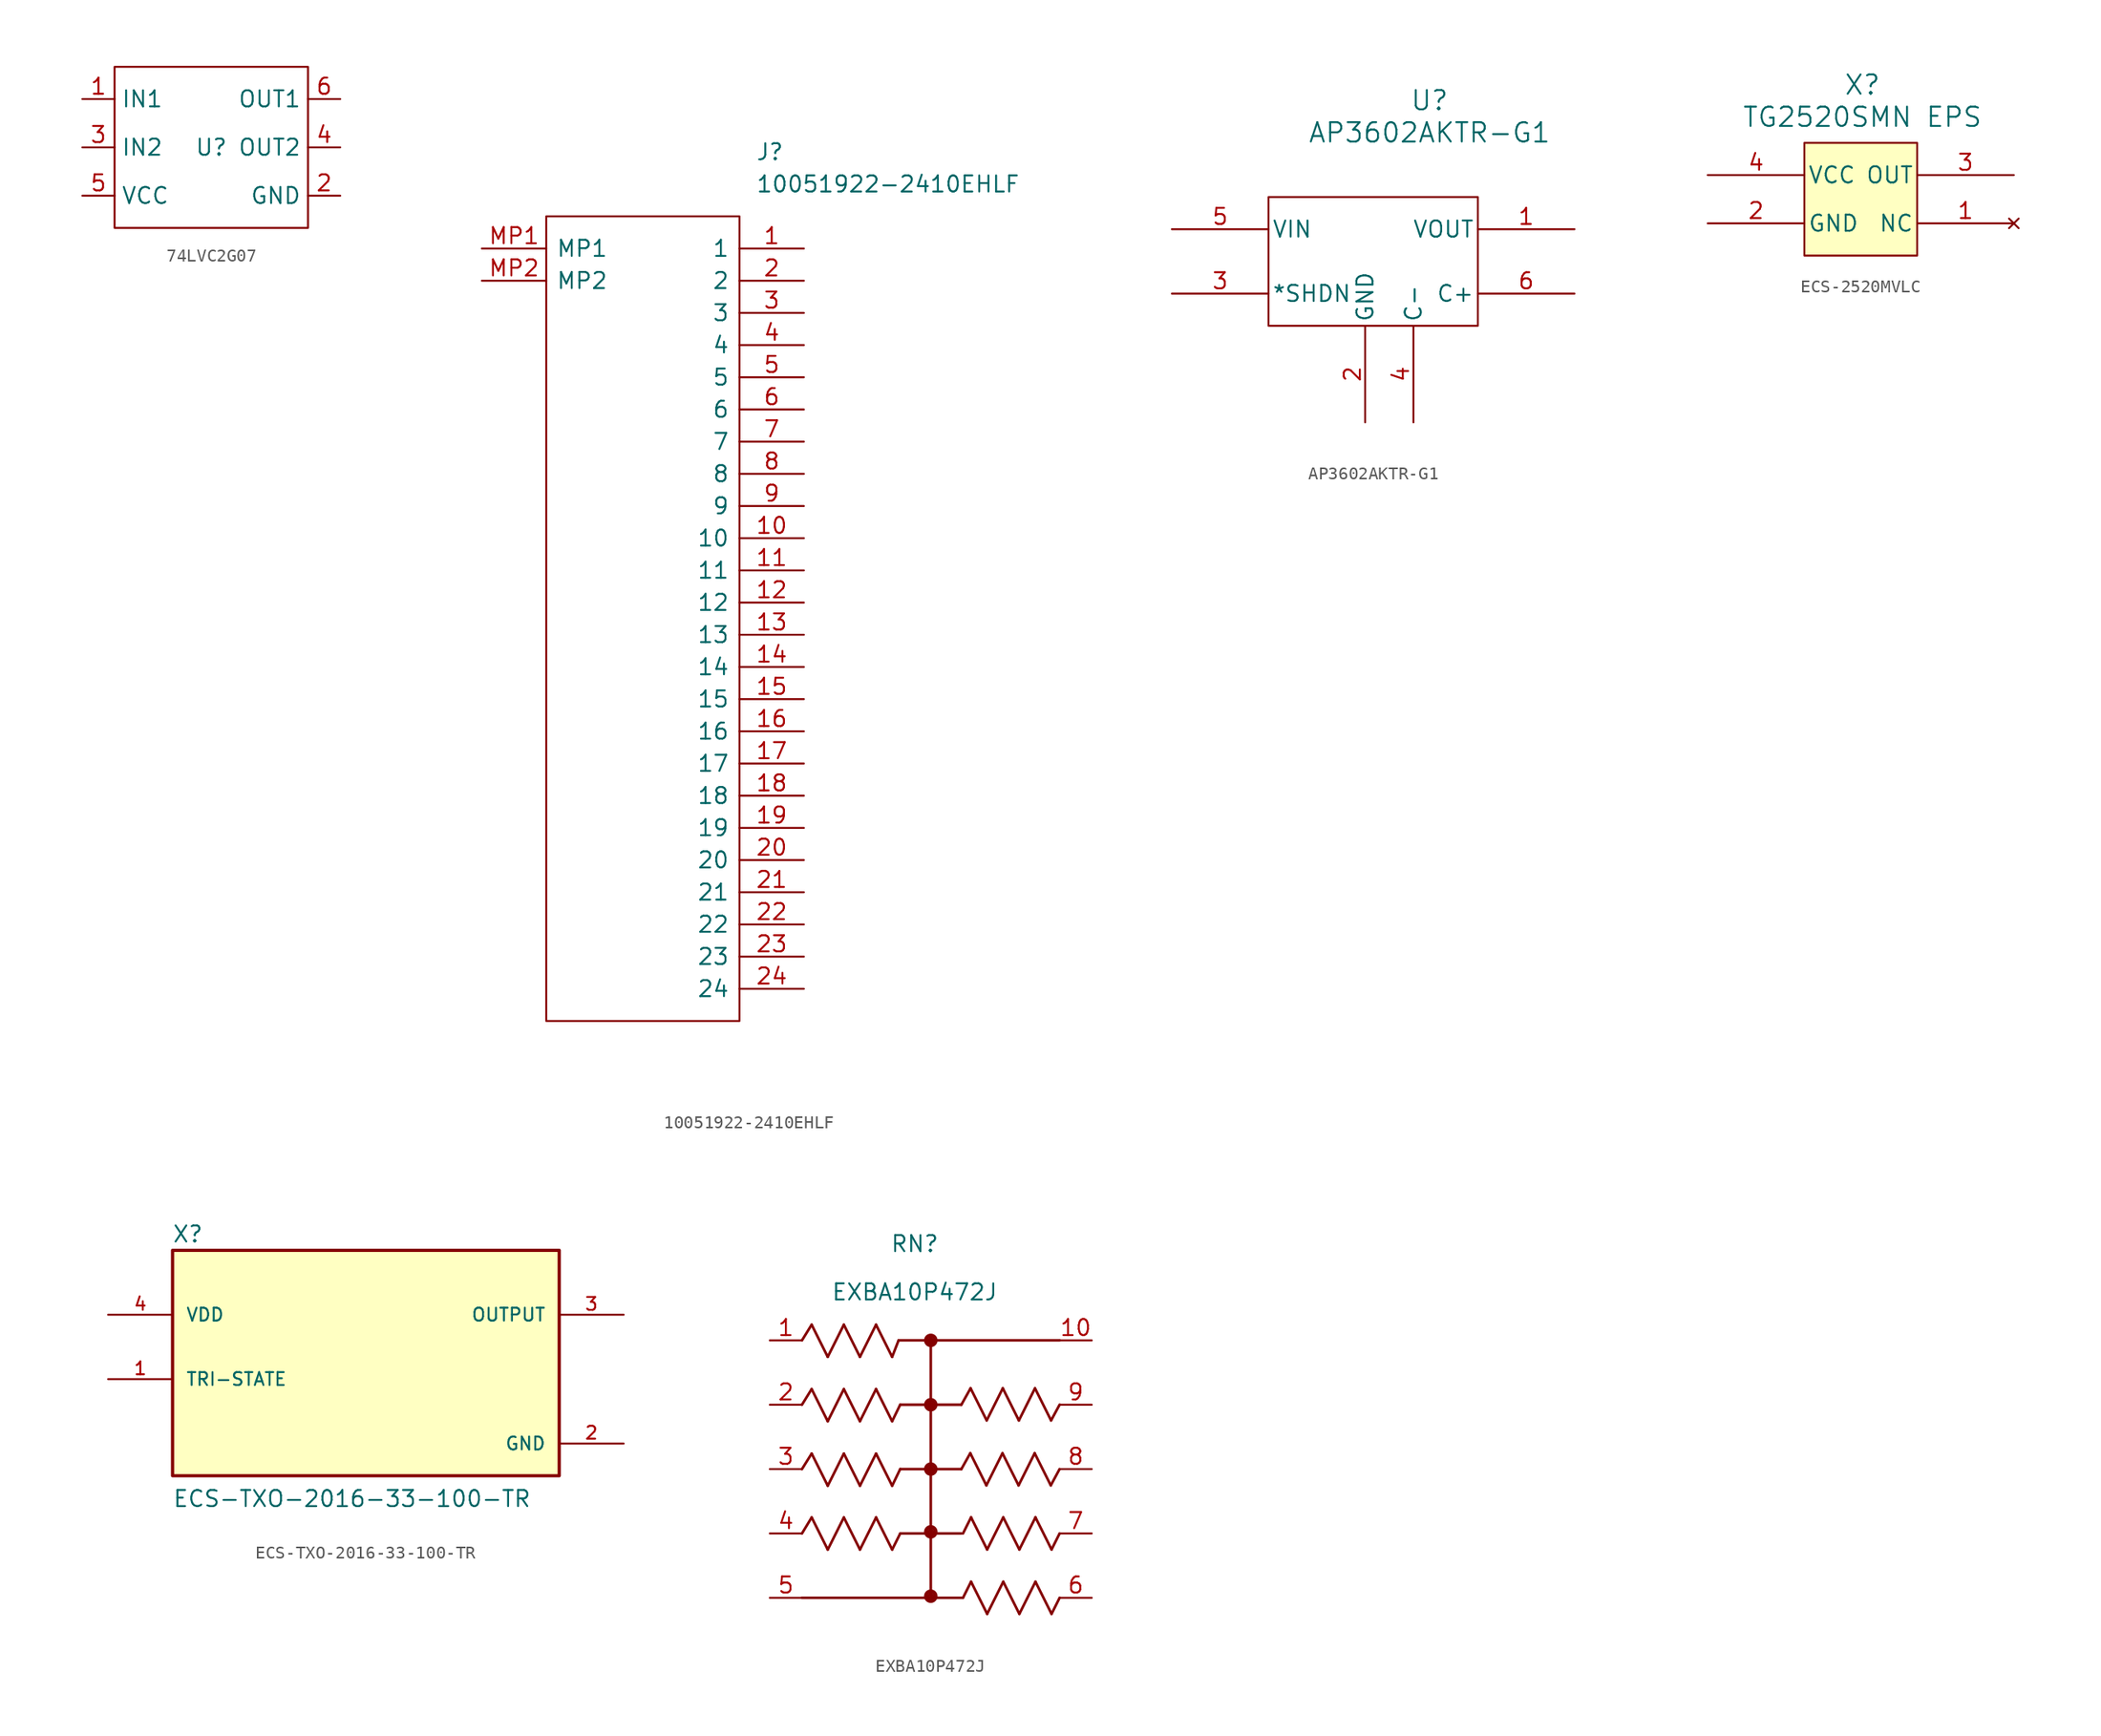
<source format=kicad_sym>
(kicad_symbol_lib
  (version 20241209)
  (generator "kicad_symbol_editor")
  (generator_version "9.0")
  (symbol "74LVC2G07"
    (property "Reference" "U"
      (at 0 0 0)
      (effects (font (size 1.27 1.27))))
    (property "Value" ""
      (at 0 0 0)
      (effects (font (size 1.27 1.27))))
    (symbol "74LVC2G07_0_1"
      (rectangle (start -7.62 6.35) (end 7.62 -6.35) (stroke (width 0) (type default)) (fill (type none))))
    (symbol "74LVC2G07_1_1"
      (pin input line (at -10.16 3.81 0) (length 2.54) (name "IN1" (effects (font (size 1.27 1.27)))) (number "1" (effects (font (size 1.27 1.27)))))
      (pin input line (at -10.16 0 0) (length 2.54) (name "IN2" (effects (font (size 1.27 1.27)))) (number "3" (effects (font (size 1.27 1.27)))))
      (pin power_in line (at -10.16 -3.81 0) (length 2.54) (name "VCC" (effects (font (size 1.27 1.27)))) (number "5" (effects (font (size 1.27 1.27)))))
      (pin open_collector line (at 10.16 3.81 180) (length 2.54) (name "OUT1" (effects (font (size 1.27 1.27)))) (number "6" (effects (font (size 1.27 1.27)))))
      (pin open_collector line (at 10.16 0 180) (length 2.54) (name "OUT2" (effects (font (size 1.27 1.27)))) (number "4" (effects (font (size 1.27 1.27)))))
      (pin power_in line (at 10.16 -3.81 180) (length 2.54) (name "GND" (effects (font (size 1.27 1.27)))) (number "2" (effects (font (size 1.27 1.27)))))))
  (symbol "10051922-2410EHLF"
    (pin_names
      (offset 0.762))
    (property "Reference" "J"
      (at 21.59 7.62 0)
      (effects (font (size 1.27 1.27)) (justify left)))
    (property "Value" "10051922-2410EHLF"
      (at 21.59 5.08 0)
      (effects (font (size 1.27 1.27)) (justify left)))
    (symbol "10051922-2410EHLF_0_0"
      (pin passive line (at 0 0 0) (length 5.08) (name "MP1" (effects (font (size 1.27 1.27)))) (number "MP1" (effects (font (size 1.27 1.27)))))
      (pin passive line (at 0 -2.54 0) (length 5.08) (name "MP2" (effects (font (size 1.27 1.27)))) (number "MP2" (effects (font (size 1.27 1.27)))))
      (pin passive line (at 25.4 0 180) (length 5.08) (name "1" (effects (font (size 1.27 1.27)))) (number "1" (effects (font (size 1.27 1.27)))))
      (pin passive line (at 25.4 -2.54 180) (length 5.08) (name "2" (effects (font (size 1.27 1.27)))) (number "2" (effects (font (size 1.27 1.27)))))
      (pin passive line (at 25.4 -5.08 180) (length 5.08) (name "3" (effects (font (size 1.27 1.27)))) (number "3" (effects (font (size 1.27 1.27)))))
      (pin passive line (at 25.4 -7.62 180) (length 5.08) (name "4" (effects (font (size 1.27 1.27)))) (number "4" (effects (font (size 1.27 1.27)))))
      (pin passive line (at 25.4 -10.16 180) (length 5.08) (name "5" (effects (font (size 1.27 1.27)))) (number "5" (effects (font (size 1.27 1.27)))))
      (pin passive line (at 25.4 -12.7 180) (length 5.08) (name "6" (effects (font (size 1.27 1.27)))) (number "6" (effects (font (size 1.27 1.27)))))
      (pin passive line (at 25.4 -15.24 180) (length 5.08) (name "7" (effects (font (size 1.27 1.27)))) (number "7" (effects (font (size 1.27 1.27)))))
      (pin passive line (at 25.4 -17.78 180) (length 5.08) (name "8" (effects (font (size 1.27 1.27)))) (number "8" (effects (font (size 1.27 1.27)))))
      (pin passive line (at 25.4 -20.32 180) (length 5.08) (name "9" (effects (font (size 1.27 1.27)))) (number "9" (effects (font (size 1.27 1.27)))))
      (pin passive line (at 25.4 -22.86 180) (length 5.08) (name "10" (effects (font (size 1.27 1.27)))) (number "10" (effects (font (size 1.27 1.27)))))
      (pin passive line (at 25.4 -25.4 180) (length 5.08) (name "11" (effects (font (size 1.27 1.27)))) (number "11" (effects (font (size 1.27 1.27)))))
      (pin passive line (at 25.4 -27.94 180) (length 5.08) (name "12" (effects (font (size 1.27 1.27)))) (number "12" (effects (font (size 1.27 1.27)))))
      (pin passive line (at 25.4 -30.48 180) (length 5.08) (name "13" (effects (font (size 1.27 1.27)))) (number "13" (effects (font (size 1.27 1.27)))))
      (pin passive line (at 25.4 -33.02 180) (length 5.08) (name "14" (effects (font (size 1.27 1.27)))) (number "14" (effects (font (size 1.27 1.27)))))
      (pin passive line (at 25.4 -35.56 180) (length 5.08) (name "15" (effects (font (size 1.27 1.27)))) (number "15" (effects (font (size 1.27 1.27)))))
      (pin passive line (at 25.4 -38.1 180) (length 5.08) (name "16" (effects (font (size 1.27 1.27)))) (number "16" (effects (font (size 1.27 1.27)))))
      (pin passive line (at 25.4 -40.64 180) (length 5.08) (name "17" (effects (font (size 1.27 1.27)))) (number "17" (effects (font (size 1.27 1.27)))))
      (pin passive line (at 25.4 -43.18 180) (length 5.08) (name "18" (effects (font (size 1.27 1.27)))) (number "18" (effects (font (size 1.27 1.27)))))
      (pin passive line (at 25.4 -45.72 180) (length 5.08) (name "19" (effects (font (size 1.27 1.27)))) (number "19" (effects (font (size 1.27 1.27)))))
      (pin passive line (at 25.4 -48.26 180) (length 5.08) (name "20" (effects (font (size 1.27 1.27)))) (number "20" (effects (font (size 1.27 1.27)))))
      (pin passive line (at 25.4 -50.8 180) (length 5.08) (name "21" (effects (font (size 1.27 1.27)))) (number "21" (effects (font (size 1.27 1.27)))))
      (pin passive line (at 25.4 -53.34 180) (length 5.08) (name "22" (effects (font (size 1.27 1.27)))) (number "22" (effects (font (size 1.27 1.27)))))
      (pin passive line (at 25.4 -55.88 180) (length 5.08) (name "23" (effects (font (size 1.27 1.27)))) (number "23" (effects (font (size 1.27 1.27)))))
      (pin passive line (at 25.4 -58.42 180) (length 5.08) (name "24" (effects (font (size 1.27 1.27)))) (number "24" (effects (font (size 1.27 1.27))))))
    (symbol "10051922-2410EHLF_0_1"
      (polyline (pts (xy 5.08 2.54) (xy 20.32 2.54) (xy 20.32 -60.96) (xy 5.08 -60.96) (xy 5.08 2.54)) (stroke (width 0.152) (type solid)) (fill (type none)))))
  (symbol "AP3602AKTR-G1"
    (pin_names
      (offset 0.254))
    (property "Reference" "U"
      (at 20.32 10.16 0)
      (effects (font (size 1.524 1.524))))
    (property "Value" "AP3602AKTR-G1"
      (at 20.32 7.62 0)
      (effects (font (size 1.524 1.524))))
    (property "ki_locked" ""
      (at 0 0 0)
      (effects (font (size 1.27 1.27))))
    (symbol "AP3602AKTR-G1_0_1"
      (pin input line (at 0 -5.08 0) (length 7.62) (name "*SHDN" (effects (font (size 1.27 1.27)))) (number "3" (effects (font (size 1.27 1.27)))))
      (pin power_in line (at 15.24 -15.24 90) (length 7.62) (name "GND" (effects (font (size 1.27 1.27)))) (number "2" (effects (font (size 1.27 1.27))))))
    (symbol "AP3602AKTR-G1_1_1"
      (rectangle (start 7.62 2.54) (end 24.13 -7.62) (stroke (width 0) (type default)) (fill (type none)))
      (pin power_in line (at 0 0 0) (length 7.62) (name "VIN" (effects (font (size 1.27 1.27)))) (number "5" (effects (font (size 1.27 1.27)))))
      (pin passive line (at 19.05 -15.24 90) (length 7.62) (name "C-" (effects (font (size 1.27 1.27)))) (number "4" (effects (font (size 1.27 1.27)))))
      (pin power_out line (at 31.75 0 180) (length 7.62) (name "VOUT" (effects (font (size 1.27 1.27)))) (number "1" (effects (font (size 1.27 1.27)))))
      (pin passive line (at 31.75 -5.08 180) (length 7.62) (name "C+" (effects (font (size 1.27 1.27)))) (number "6" (effects (font (size 1.27 1.27)))))))
  (symbol "ECS-2520MVLC"
    (pin_names
      (offset 0.254))
    (property "Reference" "X"
      (at 12.192 8.382 0)
      (effects (font (size 1.524 1.524))))
    (property "Value" "TG2520SMN EPS"
      (at 12.192 5.842 0)
      (effects (font (size 1.524 1.524))))
    (symbol "ECS-2520MVLC_1_1"
      (rectangle (start 7.62 3.81) (end 16.51 -5.08) (stroke (width 0) (type default)) (fill (type background)))
      (pin power_in line (at 0 1.27 0) (length 7.62) (name "VCC" (effects (font (size 1.27 1.27)))) (number "4" (effects (font (size 1.27 1.27)))))
      (pin power_in line (at 0 -2.54 0) (length 7.62) (name "GND" (effects (font (size 1.27 1.27)))) (number "2" (effects (font (size 1.27 1.27)))))
      (pin output line (at 24.13 1.27 180) (length 7.62) (name "OUT" (effects (font (size 1.27 1.27)))) (number "3" (effects (font (size 1.27 1.27)))))
      (pin no_connect line (at 24.13 -2.54 180) (length 7.62) (name "NC" (effects (font (size 1.27 1.27)))) (number "1" (effects (font (size 1.27 1.27)))))))
  (symbol "ECS-TXO-2016-33-100-TR"
    (pin_names
      (offset 1.016))
    (property "Reference" "X"
      (at -15.284 8.151 0)
      (effects (font (size 1.27 1.27)) (justify left bottom)))
    (property "Value" "ECS-TXO-2016-33-100-TR"
      (at -15.259 -12.716 0)
      (effects (font (size 1.27 1.27)) (justify left bottom)))
    (symbol "ECS-TXO-2016-33-100-TR_0_0"
      (rectangle (start -15.24 7.62) (end 15.24 -10.16) (stroke (width 0.254) (type default)) (fill (type background)))
      (pin input line (at -20.32 -2.54 0) (length 5.08) (name "TRI-STATE" (effects (font (size 1.016 1.016)))) (number "1" (effects (font (size 1.016 1.016)))))
      (pin output line (at 20.32 2.54 180) (length 5.08) (name "OUTPUT" (effects (font (size 1.016 1.016)))) (number "3" (effects (font (size 1.016 1.016)))))
      (pin power_in line (at 20.32 -7.62 180) (length 5.08) (name "GND" (effects (font (size 1.016 1.016)))) (number "2" (effects (font (size 1.016 1.016))))))
    (symbol "ECS-TXO-2016-33-100-TR_1_0"
      (pin power_in line (at -20.32 2.54 0) (length 5.08) (name "VDD" (effects (font (size 1.016 1.016)))) (number "4" (effects (font (size 1.016 1.016)))))))
  (symbol "EXBA10P472J"
    (pin_names
      (offset 0.254))
    (property "Reference" "RN"
      (at 11.43 7.62 0)
      (effects (font (size 1.27 1.27))))
    (property "Value" "EXBA10P472J"
      (at 11.43 3.81 0)
      (effects (font (size 1.27 1.27))))
    (property "ki_locked" ""
      (at 0 0 0)
      (effects (font (size 1.27 1.27))))
    (symbol "EXBA10P472J_0_1"
      (polyline (pts (xy 2.54 0) (xy 3.302 1.236)) (stroke (width 0.203) (type default)) (fill (type none)))
      (polyline (pts (xy 2.54 -5.08) (xy 3.302 -3.845)) (stroke (width 0.203) (type default)) (fill (type none)))
      (polyline (pts (xy 2.54 -10.16) (xy 3.304 -8.935)) (stroke (width 0.203) (type default)) (fill (type none)))
      (polyline (pts (xy 2.54 -15.24) (xy 3.304 -13.976)) (stroke (width 0.203) (type default)) (fill (type none)))
      (polyline (pts (xy 2.54 -20.32) (xy 12.7 -20.32)) (stroke (width 0.203) (type default)) (fill (type none)))
      (polyline (pts (xy 3.302 1.236) (xy 4.572 -1.304)) (stroke (width 0.203) (type default)) (fill (type none)))
      (polyline (pts (xy 3.302 -3.845) (xy 4.572 -6.385)) (stroke (width 0.203) (type default)) (fill (type none)))
      (polyline (pts (xy 3.304 -8.935) (xy 4.574 -11.475)) (stroke (width 0.203) (type default)) (fill (type none)))
      (polyline (pts (xy 3.304 -13.976) (xy 4.574 -16.515)) (stroke (width 0.203) (type default)) (fill (type none)))
      (polyline (pts (xy 4.572 -1.304) (xy 5.842 1.236)) (stroke (width 0.203) (type default)) (fill (type none)))
      (polyline (pts (xy 4.572 -6.385) (xy 5.842 -3.845)) (stroke (width 0.203) (type default)) (fill (type none)))
      (polyline (pts (xy 4.574 -11.475) (xy 5.844 -8.935)) (stroke (width 0.203) (type default)) (fill (type none)))
      (polyline (pts (xy 4.574 -16.515) (xy 5.844 -13.976)) (stroke (width 0.203) (type default)) (fill (type none)))
      (polyline (pts (xy 5.842 1.236) (xy 7.112 -1.304)) (stroke (width 0.203) (type default)) (fill (type none)))
      (polyline (pts (xy 5.842 -3.845) (xy 7.112 -6.385)) (stroke (width 0.203) (type default)) (fill (type none)))
      (polyline (pts (xy 5.844 -8.935) (xy 7.114 -11.475)) (stroke (width 0.203) (type default)) (fill (type none)))
      (polyline (pts (xy 5.844 -13.976) (xy 7.114 -16.515)) (stroke (width 0.203) (type default)) (fill (type none)))
      (polyline (pts (xy 7.112 -1.304) (xy 8.382 1.236)) (stroke (width 0.203) (type default)) (fill (type none)))
      (polyline (pts (xy 7.112 -6.385) (xy 8.382 -3.845)) (stroke (width 0.203) (type default)) (fill (type none)))
      (polyline (pts (xy 7.114 -11.475) (xy 8.384 -8.935)) (stroke (width 0.203) (type default)) (fill (type none)))
      (polyline (pts (xy 7.114 -16.515) (xy 8.384 -13.976)) (stroke (width 0.203) (type default)) (fill (type none)))
      (polyline (pts (xy 8.382 1.236) (xy 9.652 -1.304)) (stroke (width 0.203) (type default)) (fill (type none)))
      (polyline (pts (xy 8.382 -3.845) (xy 9.652 -6.385)) (stroke (width 0.203) (type default)) (fill (type none)))
      (polyline (pts (xy 8.384 -8.935) (xy 9.654 -11.475)) (stroke (width 0.203) (type default)) (fill (type none)))
      (polyline (pts (xy 8.384 -13.976) (xy 9.654 -16.515)) (stroke (width 0.203) (type default)) (fill (type none)))
      (polyline (pts (xy 9.652 -1.304) (xy 10.16 0)) (stroke (width 0.203) (type default)) (fill (type none)))
      (polyline (pts (xy 9.652 -6.385) (xy 10.287 -5.08)) (stroke (width 0.203) (type default)) (fill (type none)))
      (polyline (pts (xy 9.654 -11.475) (xy 10.287 -10.16)) (stroke (width 0.203) (type default)) (fill (type none)))
      (polyline (pts (xy 9.654 -16.515) (xy 10.289 -15.245)) (stroke (width 0.203) (type default)) (fill (type none)))
      (polyline (pts (xy 10.16 0) (xy 12.7 0)) (stroke (width 0.203) (type default)) (fill (type none)))
      (polyline (pts (xy 10.287 -5.08) (xy 15.113 -5.08)) (stroke (width 0.203) (type default)) (fill (type none)))
      (polyline (pts (xy 10.287 -10.16) (xy 15.113 -10.16)) (stroke (width 0.203) (type default)) (fill (type none)))
      (polyline (pts (xy 10.287 -15.24) (xy 15.113 -15.24)) (stroke (width 0.203) (type default)) (fill (type none)))
      (circle (center 12.691 0) (radius 0.127) (stroke (width 0.127) (type default)) (fill (type none)))
      (circle (center 12.691 -5.082) (radius 0.127) (stroke (width 0.127) (type default)) (fill (type none)))
      (circle (center 12.691 -10.162) (radius 0.127) (stroke (width 0.127) (type default)) (fill (type none)))
      (circle (center 12.691 -15.115) (radius 0.127) (stroke (width 0.127) (type default)) (fill (type none)))
      (circle (center 12.691 -20.195) (radius 0.127) (stroke (width 0.127) (type default)) (fill (type none)))
      (circle (center 12.7 -0.011) (radius 0.203) (stroke (width 0.127) (type default)) (fill (type none)))
      (circle (center 12.7 -5.091) (radius 0.203) (stroke (width 0.127) (type default)) (fill (type none)))
      (circle (center 12.7 -10.171) (radius 0.203) (stroke (width 0.127) (type default)) (fill (type none)))
      (circle (center 12.7 -15.124) (radius 0.203) (stroke (width 0.127) (type default)) (fill (type none)))
      (circle (center 12.7 -20.204) (radius 0.203) (stroke (width 0.127) (type default)) (fill (type none)))
      (polyline (pts (xy 12.7 0) (xy 12.7 -20.32)) (stroke (width 0.203) (type default)) (fill (type none)))
      (polyline (pts (xy 12.7 0) (xy 22.86 0)) (stroke (width 0.203) (type default)) (fill (type none)))
      (circle (center 12.7 0) (radius 0.381) (stroke (width 0.305) (type default)) (fill (type none)))
      (circle (center 12.7 -5.08) (radius 0.381) (stroke (width 0.305) (type default)) (fill (type none)))
      (circle (center 12.7 -10.16) (radius 0.381) (stroke (width 0.305) (type default)) (fill (type none)))
      (circle (center 12.7 -15.113) (radius 0.381) (stroke (width 0.305) (type default)) (fill (type none)))
      (circle (center 12.7 -20.193) (radius 0.381) (stroke (width 0.305) (type default)) (fill (type none)))
      (polyline (pts (xy 12.7 -20.32) (xy 15.24 -20.32)) (stroke (width 0.203) (type default)) (fill (type none)))
      (polyline (pts (xy 15.113 -5.08) (xy 15.839 -3.781)) (stroke (width 0.203) (type default)) (fill (type none)))
      (polyline (pts (xy 15.113 -10.16) (xy 15.816 -8.907)) (stroke (width 0.203) (type default)) (fill (type none)))
      (polyline (pts (xy 15.242 -15.24) (xy 15.877 -13.97)) (stroke (width 0.203) (type default)) (fill (type none)))
      (polyline (pts (xy 15.242 -20.32) (xy 15.877 -19.05)) (stroke (width 0.203) (type default)) (fill (type none)))
      (polyline (pts (xy 15.816 -8.907) (xy 17.085 -11.447)) (stroke (width 0.203) (type default)) (fill (type none)))
      (polyline (pts (xy 15.839 -3.781) (xy 17.11 -6.321)) (stroke (width 0.203) (type default)) (fill (type none)))
      (polyline (pts (xy 15.877 -13.97) (xy 17.147 -16.51)) (stroke (width 0.203) (type default)) (fill (type none)))
      (polyline (pts (xy 15.877 -19.05) (xy 17.147 -21.59)) (stroke (width 0.203) (type default)) (fill (type none)))
      (polyline (pts (xy 17.085 -11.447) (xy 18.355 -8.907)) (stroke (width 0.203) (type default)) (fill (type none)))
      (polyline (pts (xy 17.11 -6.321) (xy 18.38 -3.781)) (stroke (width 0.203) (type default)) (fill (type none)))
      (polyline (pts (xy 17.147 -16.51) (xy 18.417 -13.97)) (stroke (width 0.203) (type default)) (fill (type none)))
      (polyline (pts (xy 17.147 -21.59) (xy 18.417 -19.05)) (stroke (width 0.203) (type default)) (fill (type none)))
      (polyline (pts (xy 18.355 -8.907) (xy 19.625 -11.447)) (stroke (width 0.203) (type default)) (fill (type none)))
      (polyline (pts (xy 18.38 -3.781) (xy 19.649 -6.321)) (stroke (width 0.203) (type default)) (fill (type none)))
      (polyline (pts (xy 18.417 -13.97) (xy 19.687 -16.51)) (stroke (width 0.203) (type default)) (fill (type none)))
      (polyline (pts (xy 18.417 -19.05) (xy 19.687 -21.59)) (stroke (width 0.203) (type default)) (fill (type none)))
      (polyline (pts (xy 19.625 -11.447) (xy 20.895 -8.907)) (stroke (width 0.203) (type default)) (fill (type none)))
      (polyline (pts (xy 19.649 -6.321) (xy 20.919 -3.781)) (stroke (width 0.203) (type default)) (fill (type none)))
      (polyline (pts (xy 19.687 -16.51) (xy 20.957 -13.97)) (stroke (width 0.203) (type default)) (fill (type none)))
      (polyline (pts (xy 19.687 -21.59) (xy 20.957 -19.05)) (stroke (width 0.203) (type default)) (fill (type none)))
      (polyline (pts (xy 20.895 -8.907) (xy 22.166 -11.447)) (stroke (width 0.203) (type default)) (fill (type none)))
      (polyline (pts (xy 20.919 -3.781) (xy 22.189 -6.321)) (stroke (width 0.203) (type default)) (fill (type none)))
      (polyline (pts (xy 20.957 -13.97) (xy 22.227 -16.51)) (stroke (width 0.203) (type default)) (fill (type none)))
      (polyline (pts (xy 20.957 -19.05) (xy 22.227 -21.59)) (stroke (width 0.203) (type default)) (fill (type none)))
      (polyline (pts (xy 22.166 -11.447) (xy 22.86 -10.16)) (stroke (width 0.203) (type default)) (fill (type none)))
      (polyline (pts (xy 22.189 -6.321) (xy 22.86 -5.08)) (stroke (width 0.203) (type default)) (fill (type none)))
      (polyline (pts (xy 22.227 -16.51) (xy 22.862 -15.24)) (stroke (width 0.203) (type default)) (fill (type none)))
      (polyline (pts (xy 22.227 -21.59) (xy 22.862 -20.32)) (stroke (width 0.203) (type default)) (fill (type none))))
    (symbol "EXBA10P472J_1_1"
      (pin passive line (at 0 0 0) (length 2.54) (name "" (effects (font (size 1.27 1.27)))) (number "1" (effects (font (size 1.27 1.27)))))
      (pin passive line (at 0 -5.08 0) (length 2.54) (name "" (effects (font (size 1.27 1.27)))) (number "2" (effects (font (size 1.27 1.27)))))
      (pin passive line (at 0 -10.16 0) (length 2.54) (name "" (effects (font (size 1.27 1.27)))) (number "3" (effects (font (size 1.27 1.27)))))
      (pin passive line (at 0 -15.24 0) (length 2.54) (name "" (effects (font (size 1.27 1.27)))) (number "4" (effects (font (size 1.27 1.27)))))
      (pin power_in line (at 0 -20.32 0) (length 2.54) (name "" (effects (font (size 1.27 1.27)))) (number "5" (effects (font (size 1.27 1.27)))))
      (pin power_in line (at 25.4 0 180) (length 2.54) (name "" (effects (font (size 1.27 1.27)))) (number "10" (effects (font (size 1.27 1.27)))))
      (pin passive line (at 25.4 -5.08 180) (length 2.54) (name "" (effects (font (size 1.27 1.27)))) (number "9" (effects (font (size 1.27 1.27)))))
      (pin passive line (at 25.4 -10.16 180) (length 2.54) (name "" (effects (font (size 1.27 1.27)))) (number "8" (effects (font (size 1.27 1.27)))))
      (pin passive line (at 25.4 -15.24 180) (length 2.54) (name "" (effects (font (size 1.27 1.27)))) (number "7" (effects (font (size 1.27 1.27)))))
      (pin passive line (at 25.4 -20.32 180) (length 2.54) (name "" (effects (font (size 1.27 1.27)))) (number "6" (effects (font (size 1.27 1.27))))))))
</source>
